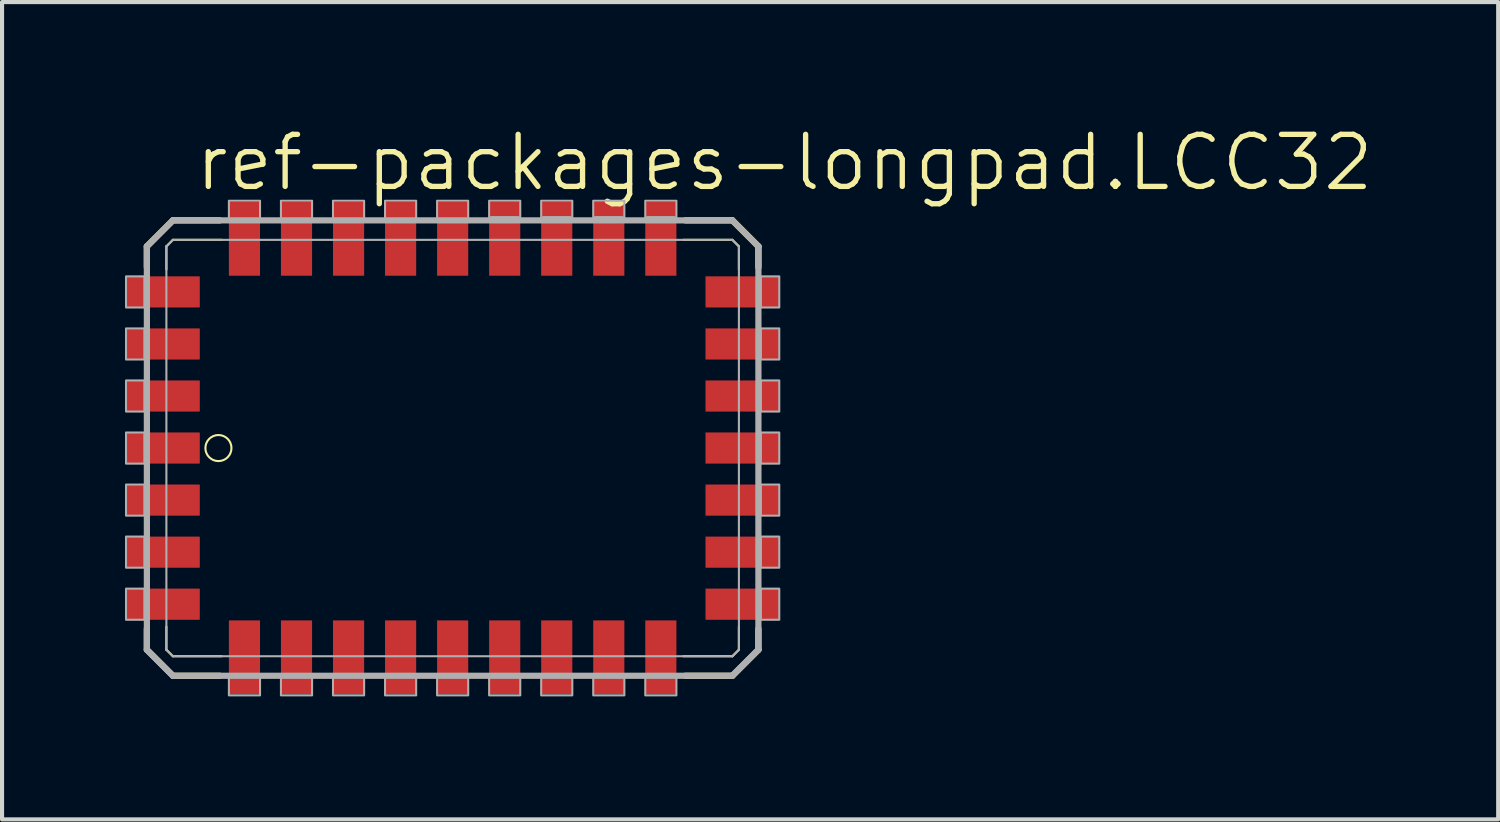
<source format=kicad_pcb>
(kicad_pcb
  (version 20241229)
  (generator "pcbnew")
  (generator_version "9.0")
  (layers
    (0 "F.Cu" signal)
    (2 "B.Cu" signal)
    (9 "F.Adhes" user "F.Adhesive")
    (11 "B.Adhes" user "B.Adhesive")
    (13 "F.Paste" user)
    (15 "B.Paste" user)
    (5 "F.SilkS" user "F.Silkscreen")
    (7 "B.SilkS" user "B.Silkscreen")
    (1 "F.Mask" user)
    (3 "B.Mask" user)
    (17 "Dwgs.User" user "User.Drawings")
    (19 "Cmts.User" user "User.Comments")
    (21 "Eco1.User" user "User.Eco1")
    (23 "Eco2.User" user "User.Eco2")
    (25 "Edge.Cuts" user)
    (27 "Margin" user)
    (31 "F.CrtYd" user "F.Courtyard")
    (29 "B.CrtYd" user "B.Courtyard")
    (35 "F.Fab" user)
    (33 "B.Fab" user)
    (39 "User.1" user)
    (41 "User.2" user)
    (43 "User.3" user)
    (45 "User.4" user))
  (footprint "ref-packages-longpad.LCC32"
    (layer "F.Cu")
    (at 7.995 8.518)
    (property "Reference" "ref-packages-longpad.LCC32" (at -6.35 -6.858 0) (layer "F.SilkS") (effects (font (size 1.27 1.27) (thickness 0.13)) (justify left bottom)))
    (attr smd)
    (fp_line (start -7.461 -5.556) (end -7.461 -5.046) (stroke (width 0.152) (type default)) (layer "F.SilkS"))
    (fp_line (start -7.461 3.776) (end -7.461 4.286) (stroke (width 0.152) (type default)) (layer "F.SilkS"))
    (fp_line (start -7.461 4.286) (end -6.826 4.921) (stroke (width 0.152) (type default)) (layer "F.SilkS"))
    (fp_line (start -6.985 -5.556) (end -6.826 -5.715) (stroke (width 0.051) (type default)) (layer "F.SilkS"))
    (fp_line (start -6.985 -4.992) (end -6.985 -5.556) (stroke (width 0.051) (type default)) (layer "F.SilkS"))
    (fp_line (start -6.985 4.286) (end -6.985 3.722) (stroke (width 0.051) (type default)) (layer "F.SilkS"))
    (fp_line (start -6.826 -6.191) (end -7.461 -5.556) (stroke (width 0.152) (type default)) (layer "F.SilkS"))
    (fp_line (start -6.826 -5.715) (end -5.627 -5.715) (stroke (width 0.051) (type default)) (layer "F.SilkS"))
    (fp_line (start -6.826 4.445) (end -6.985 4.286) (stroke (width 0.051) (type default)) (layer "F.SilkS"))
    (fp_line (start -6.826 4.921) (end -5.681 4.921) (stroke (width 0.152) (type default)) (layer "F.SilkS"))
    (fp_line (start -5.681 -6.191) (end -6.826 -6.191) (stroke (width 0.152) (type default)) (layer "F.SilkS"))
    (fp_line (start -5.631 4.445) (end -6.826 4.445) (stroke (width 0.051) (type default)) (layer "F.SilkS"))
    (fp_line (start 5.627 -5.715) (end 6.826 -5.715) (stroke (width 0.051) (type default)) (layer "F.SilkS"))
    (fp_line (start 5.681 4.921) (end 6.826 4.921) (stroke (width 0.152) (type default)) (layer "F.SilkS"))
    (fp_line (start 6.826 -6.191) (end 5.681 -6.191) (stroke (width 0.152) (type default)) (layer "F.SilkS"))
    (fp_line (start 6.826 -5.715) (end 6.985 -5.556) (stroke (width 0.051) (type default)) (layer "F.SilkS"))
    (fp_line (start 6.826 4.445) (end 5.627 4.445) (stroke (width 0.051) (type default)) (layer "F.SilkS"))
    (fp_line (start 6.826 4.921) (end 7.461 4.286) (stroke (width 0.152) (type default)) (layer "F.SilkS"))
    (fp_line (start 6.985 -5.556) (end 6.985 -4.992) (stroke (width 0.051) (type default)) (layer "F.SilkS"))
    (fp_line (start 6.985 3.722) (end 6.985 4.286) (stroke (width 0.051) (type default)) (layer "F.SilkS"))
    (fp_line (start 6.985 4.286) (end 6.826 4.445) (stroke (width 0.051) (type default)) (layer "F.SilkS"))
    (fp_line (start 7.461 -5.556) (end 6.826 -6.191) (stroke (width 0.152) (type default)) (layer "F.SilkS"))
    (fp_line (start 7.461 -5.046) (end 7.461 -5.556) (stroke (width 0.152) (type default)) (layer "F.SilkS"))
    (fp_line (start 7.461 4.286) (end 7.461 3.776) (stroke (width 0.152) (type default)) (layer "F.SilkS"))
    (fp_circle (center -5.715 -0.635) (end -5.397 -0.635) (stroke (width 0.051) (type default)) (fill no) (layer "F.SilkS"))
    (fp_line (start -7.461 -5.556) (end -7.461 4.286) (stroke (width 0.152) (type default)) (layer "F.Fab"))
    (fp_line (start -7.461 4.286) (end -6.826 4.921) (stroke (width 0.152) (type default)) (layer "F.Fab"))
    (fp_line (start -6.985 -5.556) (end -6.826 -5.715) (stroke (width 0.051) (type default)) (layer "F.Fab"))
    (fp_line (start -6.985 4.286) (end -6.985 -5.556) (stroke (width 0.051) (type default)) (layer "F.Fab"))
    (fp_line (start -6.826 -6.191) (end -7.461 -5.556) (stroke (width 0.152) (type default)) (layer "F.Fab"))
    (fp_line (start -6.826 -5.715) (end 6.826 -5.715) (stroke (width 0.051) (type default)) (layer "F.Fab"))
    (fp_line (start -6.826 4.445) (end -6.985 4.286) (stroke (width 0.051) (type default)) (layer "F.Fab"))
    (fp_line (start -6.826 4.921) (end 6.826 4.921) (stroke (width 0.152) (type default)) (layer "F.Fab"))
    (fp_line (start 0.95 -6.22) (end 1.59 -6.22) (stroke (width 0.152) (type default)) (layer "F.Fab"))
    (fp_line (start 2.22 -6.22) (end 2.86 -6.22) (stroke (width 0.152) (type default)) (layer "F.Fab"))
    (fp_line (start 3.49 -6.22) (end 4.13 -6.22) (stroke (width 0.152) (type default)) (layer "F.Fab"))
    (fp_line (start 4.76 -6.22) (end 5.4 -6.22) (stroke (width 0.152) (type default)) (layer "F.Fab"))
    (fp_line (start 6.826 -6.191) (end -6.826 -6.191) (stroke (width 0.152) (type default)) (layer "F.Fab"))
    (fp_line (start 6.826 -5.715) (end 6.985 -5.556) (stroke (width 0.051) (type default)) (layer "F.Fab"))
    (fp_line (start 6.826 4.445) (end -6.826 4.445) (stroke (width 0.051) (type default)) (layer "F.Fab"))
    (fp_line (start 6.826 4.921) (end 7.461 4.286) (stroke (width 0.152) (type default)) (layer "F.Fab"))
    (fp_line (start 6.985 -5.556) (end 6.985 4.286) (stroke (width 0.051) (type default)) (layer "F.Fab"))
    (fp_line (start 6.985 4.286) (end 6.826 4.445) (stroke (width 0.051) (type default)) (layer "F.Fab"))
    (fp_line (start 7.461 -5.556) (end 6.826 -6.191) (stroke (width 0.152) (type default)) (layer "F.Fab"))
    (fp_line (start 7.461 4.286) (end 7.461 -5.556) (stroke (width 0.152) (type default)) (layer "F.Fab"))
    (fp_rect (start -7.97 -4.065) (end -7.52 -4.825) (stroke (width 0.05) (type default)) (fill no) (layer "F.Fab"))
    (fp_rect (start -7.97 -2.795) (end -7.52 -3.555) (stroke (width 0.05) (type default)) (fill no) (layer "F.Fab"))
    (fp_rect (start -7.97 -1.525) (end -7.52 -2.285) (stroke (width 0.05) (type default)) (fill no) (layer "F.Fab"))
    (fp_rect (start -7.97 -0.255) (end -7.52 -1.015) (stroke (width 0.05) (type default)) (fill no) (layer "F.Fab"))
    (fp_rect (start -7.97 1.015) (end -7.52 0.255) (stroke (width 0.05) (type default)) (fill no) (layer "F.Fab"))
    (fp_rect (start -7.97 2.285) (end -7.52 1.525) (stroke (width 0.05) (type default)) (fill no) (layer "F.Fab"))
    (fp_rect (start -7.97 3.555) (end -7.52 2.795) (stroke (width 0.05) (type default)) (fill no) (layer "F.Fab"))
    (fp_rect (start -5.46 -6.22) (end -4.7 -6.67) (stroke (width 0.05) (type default)) (fill no) (layer "F.Fab"))
    (fp_rect (start -5.46 5.4) (end -4.7 4.95) (stroke (width 0.05) (type default)) (fill no) (layer "F.Fab"))
    (fp_rect (start -4.19 -6.22) (end -3.43 -6.67) (stroke (width 0.05) (type default)) (fill no) (layer "F.Fab"))
    (fp_rect (start -4.19 5.4) (end -3.43 4.95) (stroke (width 0.05) (type default)) (fill no) (layer "F.Fab"))
    (fp_rect (start -2.92 -6.22) (end -2.16 -6.67) (stroke (width 0.05) (type default)) (fill no) (layer "F.Fab"))
    (fp_rect (start -2.92 5.4) (end -2.16 4.95) (stroke (width 0.05) (type default)) (fill no) (layer "F.Fab"))
    (fp_rect (start -1.65 -6.22) (end -0.89 -6.67) (stroke (width 0.05) (type default)) (fill no) (layer "F.Fab"))
    (fp_rect (start -1.65 5.4) (end -0.89 4.95) (stroke (width 0.05) (type default)) (fill no) (layer "F.Fab"))
    (fp_rect (start -0.38 -6.22) (end 0.38 -6.67) (stroke (width 0.05) (type default)) (fill no) (layer "F.Fab"))
    (fp_rect (start -0.38 5.4) (end 0.38 4.95) (stroke (width 0.05) (type default)) (fill no) (layer "F.Fab"))
    (fp_rect (start 0.89 -6.22) (end 1.65 -6.67) (stroke (width 0.05) (type default)) (fill no) (layer "F.Fab"))
    (fp_rect (start 0.89 5.4) (end 1.65 4.95) (stroke (width 0.05) (type default)) (fill no) (layer "F.Fab"))
    (fp_rect (start 2.16 -6.22) (end 2.92 -6.67) (stroke (width 0.05) (type default)) (fill no) (layer "F.Fab"))
    (fp_rect (start 2.16 5.4) (end 2.92 4.95) (stroke (width 0.05) (type default)) (fill no) (layer "F.Fab"))
    (fp_rect (start 3.43 -6.22) (end 4.19 -6.67) (stroke (width 0.05) (type default)) (fill no) (layer "F.Fab"))
    (fp_rect (start 3.43 5.4) (end 4.19 4.95) (stroke (width 0.05) (type default)) (fill no) (layer "F.Fab"))
    (fp_rect (start 4.7 -6.22) (end 5.46 -6.67) (stroke (width 0.05) (type default)) (fill no) (layer "F.Fab"))
    (fp_rect (start 4.7 5.4) (end 5.46 4.95) (stroke (width 0.05) (type default)) (fill no) (layer "F.Fab"))
    (fp_rect (start 7.52 -4.065) (end 7.97 -4.825) (stroke (width 0.05) (type default)) (fill no) (layer "F.Fab"))
    (fp_rect (start 7.52 -2.795) (end 7.97 -3.555) (stroke (width 0.05) (type default)) (fill no) (layer "F.Fab"))
    (fp_rect (start 7.52 -1.525) (end 7.97 -2.285) (stroke (width 0.05) (type default)) (fill no) (layer "F.Fab"))
    (fp_rect (start 7.52 -0.255) (end 7.97 -1.015) (stroke (width 0.05) (type default)) (fill no) (layer "F.Fab"))
    (fp_rect (start 7.52 1.015) (end 7.97 0.255) (stroke (width 0.05) (type default)) (fill no) (layer "F.Fab"))
    (fp_rect (start 7.52 2.285) (end 7.97 1.525) (stroke (width 0.05) (type default)) (fill no) (layer "F.Fab"))
    (fp_rect (start 7.52 3.555) (end 7.97 2.795) (stroke (width 0.05) (type default)) (fill no) (layer "F.Fab"))
    (pad "1" smd roundrect (at -7.07 -0.635) (size 1.8 0.76) (layers "F.Cu" "F.Mask" "F.Paste") (roundrect_rratio 0.01))
    (pad "2" smd roundrect (at -7.07 0.635) (size 1.8 0.76) (layers "F.Cu" "F.Mask" "F.Paste") (roundrect_rratio 0.01))
    (pad "3" smd roundrect (at -7.07 1.905) (size 1.8 0.76) (layers "F.Cu" "F.Mask" "F.Paste") (roundrect_rratio 0.01))
    (pad "4" smd roundrect (at -7.07 3.175) (size 1.8 0.76) (layers "F.Cu" "F.Mask" "F.Paste") (roundrect_rratio 0.01))
    (pad "5" smd roundrect (at -5.08 4.47) (size 0.76 1.8) (layers "F.Cu" "F.Mask" "F.Paste") (roundrect_rratio 0.01))
    (pad "6" smd roundrect (at -3.81 4.47) (size 0.76 1.8) (layers "F.Cu" "F.Mask" "F.Paste") (roundrect_rratio 0.01))
    (pad "7" smd roundrect (at -2.54 4.47) (size 0.76 1.8) (layers "F.Cu" "F.Mask" "F.Paste") (roundrect_rratio 0.01))
    (pad "8" smd roundrect (at -1.27 4.47) (size 0.76 1.8) (layers "F.Cu" "F.Mask" "F.Paste") (roundrect_rratio 0.01))
    (pad "9" smd roundrect (at 0 4.47) (size 0.76 1.8) (layers "F.Cu" "F.Mask" "F.Paste") (roundrect_rratio 0.01))
    (pad "10" smd roundrect (at 1.27 4.47) (size 0.76 1.8) (layers "F.Cu" "F.Mask" "F.Paste") (roundrect_rratio 0.01))
    (pad "11" smd roundrect (at 2.54 4.47) (size 0.76 1.8) (layers "F.Cu" "F.Mask" "F.Paste") (roundrect_rratio 0.01))
    (pad "12" smd roundrect (at 3.81 4.47) (size 0.76 1.8) (layers "F.Cu" "F.Mask" "F.Paste") (roundrect_rratio 0.01))
    (pad "13" smd roundrect (at 5.08 4.47) (size 0.76 1.8) (layers "F.Cu" "F.Mask" "F.Paste") (roundrect_rratio 0.01))
    (pad "14" smd roundrect (at 7.07 3.175) (size 1.8 0.76) (layers "F.Cu" "F.Mask" "F.Paste") (roundrect_rratio 0.01))
    (pad "15" smd roundrect (at 7.07 1.905) (size 1.8 0.76) (layers "F.Cu" "F.Mask" "F.Paste") (roundrect_rratio 0.01))
    (pad "16" smd roundrect (at 7.07 0.635) (size 1.8 0.76) (layers "F.Cu" "F.Mask" "F.Paste") (roundrect_rratio 0.01))
    (pad "17" smd roundrect (at 7.07 -0.635) (size 1.8 0.76) (layers "F.Cu" "F.Mask" "F.Paste") (roundrect_rratio 0.01))
    (pad "18" smd roundrect (at 7.07 -1.905) (size 1.8 0.76) (layers "F.Cu" "F.Mask" "F.Paste") (roundrect_rratio 0.01))
    (pad "19" smd roundrect (at 7.07 -3.175) (size 1.8 0.76) (layers "F.Cu" "F.Mask" "F.Paste") (roundrect_rratio 0.01))
    (pad "20" smd roundrect (at 7.07 -4.445) (size 1.8 0.76) (layers "F.Cu" "F.Mask" "F.Paste") (roundrect_rratio 0.01))
    (pad "21" smd roundrect (at 5.08 -5.74) (size 0.76 1.8) (layers "F.Cu" "F.Mask" "F.Paste") (roundrect_rratio 0.01))
    (pad "22" smd roundrect (at 3.81 -5.74) (size 0.76 1.8) (layers "F.Cu" "F.Mask" "F.Paste") (roundrect_rratio 0.01))
    (pad "23" smd roundrect (at 2.54 -5.74) (size 0.76 1.8) (layers "F.Cu" "F.Mask" "F.Paste") (roundrect_rratio 0.01))
    (pad "24" smd roundrect (at 1.27 -5.74) (size 0.76 1.8) (layers "F.Cu" "F.Mask" "F.Paste") (roundrect_rratio 0.01))
    (pad "25" smd roundrect (at 0 -5.74) (size 0.76 1.8) (layers "F.Cu" "F.Mask" "F.Paste") (roundrect_rratio 0.01))
    (pad "26" smd roundrect (at -1.27 -5.74) (size 0.76 1.8) (layers "F.Cu" "F.Mask" "F.Paste") (roundrect_rratio 0.01))
    (pad "27" smd roundrect (at -2.54 -5.74) (size 0.76 1.8) (layers "F.Cu" "F.Mask" "F.Paste") (roundrect_rratio 0.01))
    (pad "28" smd roundrect (at -3.81 -5.74) (size 0.76 1.8) (layers "F.Cu" "F.Mask" "F.Paste") (roundrect_rratio 0.01))
    (pad "29" smd roundrect (at -5.08 -5.74) (size 0.76 1.8) (layers "F.Cu" "F.Mask" "F.Paste") (roundrect_rratio 0.01))
    (pad "30" smd roundrect (at -7.07 -4.445) (size 1.8 0.76) (layers "F.Cu" "F.Mask" "F.Paste") (roundrect_rratio 0.01))
    (pad "31" smd roundrect (at -7.07 -3.175) (size 1.8 0.76) (layers "F.Cu" "F.Mask" "F.Paste") (roundrect_rratio 0.01))
    (pad "32" smd roundrect (at -7.07 -1.905) (size 1.8 0.76) (layers "F.Cu" "F.Mask" "F.Paste") (roundrect_rratio 0.01)))
  (gr_rect
    (start -3 -3)
    (end 33.507 16.943)
    (stroke (width 0.1) (type default))
    (fill no)
    (layer "Edge.Cuts")))
</source>
